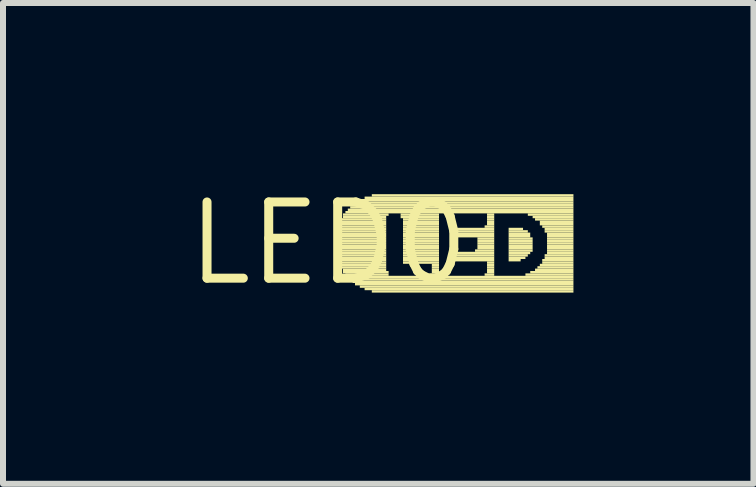
<source format=kicad_pcb>
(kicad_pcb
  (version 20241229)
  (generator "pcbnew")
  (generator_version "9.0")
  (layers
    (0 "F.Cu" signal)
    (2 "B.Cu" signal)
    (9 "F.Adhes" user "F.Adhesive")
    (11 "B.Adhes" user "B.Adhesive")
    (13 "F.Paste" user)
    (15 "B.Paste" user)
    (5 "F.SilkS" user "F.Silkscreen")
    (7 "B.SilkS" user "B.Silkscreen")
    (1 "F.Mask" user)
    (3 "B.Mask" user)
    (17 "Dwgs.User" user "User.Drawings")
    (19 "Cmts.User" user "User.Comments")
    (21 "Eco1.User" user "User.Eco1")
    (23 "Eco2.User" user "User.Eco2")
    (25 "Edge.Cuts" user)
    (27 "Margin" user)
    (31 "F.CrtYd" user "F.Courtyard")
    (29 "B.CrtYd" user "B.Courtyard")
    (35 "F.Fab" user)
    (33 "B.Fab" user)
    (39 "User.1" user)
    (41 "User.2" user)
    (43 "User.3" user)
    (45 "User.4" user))
  (footprint "LED0"
    (layer "F.Cu")
    (at 2.426 1.006)
    (property "Reference" "LED0" (at 0 0 0) (layer "F.SilkS") (effects (font (size 1.27 1.27) (thickness 0.15))))
    (fp_poly (pts (xy 0.12 -0.18) (xy 0.96 -0.18) (xy 0.96 -0.22) (xy 0.12 -0.22)) (stroke (width 0) (type default)) (fill yes) (layer "F.SilkS"))
    (fp_poly (pts (xy 0.12 -0.14) (xy 0.96 -0.14) (xy 0.96 -0.18) (xy 0.12 -0.18)) (stroke (width 0) (type default)) (fill yes) (layer "F.SilkS"))
    (fp_poly (pts (xy 0.12 -0.1) (xy 0.96 -0.1) (xy 0.96 -0.14) (xy 0.12 -0.14)) (stroke (width 0) (type default)) (fill yes) (layer "F.SilkS"))
    (fp_poly (pts (xy 0.12 -0.06) (xy 0.96 -0.06) (xy 0.96 -0.1) (xy 0.12 -0.1)) (stroke (width 0) (type default)) (fill yes) (layer "F.SilkS"))
    (fp_poly (pts (xy 0.12 -0.02) (xy 0.96 -0.02) (xy 0.96 -0.06) (xy 0.12 -0.06)) (stroke (width 0) (type default)) (fill yes) (layer "F.SilkS"))
    (fp_poly (pts (xy 0.12 0.02) (xy 0.96 0.02) (xy 0.96 -0.02) (xy 0.12 -0.02)) (stroke (width 0) (type default)) (fill yes) (layer "F.SilkS"))
    (fp_poly (pts (xy 0.12 0.06) (xy 0.96 0.06) (xy 0.96 0.02) (xy 0.12 0.02)) (stroke (width 0) (type default)) (fill yes) (layer "F.SilkS"))
    (fp_poly (pts (xy 0.12 0.1) (xy 0.96 0.1) (xy 0.96 0.06) (xy 0.12 0.06)) (stroke (width 0) (type default)) (fill yes) (layer "F.SilkS"))
    (fp_poly (pts (xy 0.12 0.14) (xy 0.96 0.14) (xy 0.96 0.1) (xy 0.12 0.1)) (stroke (width 0) (type default)) (fill yes) (layer "F.SilkS"))
    (fp_poly (pts (xy 0.12 0.18) (xy 0.96 0.18) (xy 0.96 0.14) (xy 0.12 0.14)) (stroke (width 0) (type default)) (fill yes) (layer "F.SilkS"))
    (fp_poly (pts (xy 0.12 0.22) (xy 0.96 0.22) (xy 0.96 0.18) (xy 0.12 0.18)) (stroke (width 0) (type default)) (fill yes) (layer "F.SilkS"))
    (fp_poly (pts (xy 0.16 -0.3) (xy 0.96 -0.3) (xy 0.96 -0.34) (xy 0.16 -0.34)) (stroke (width 0) (type default)) (fill yes) (layer "F.SilkS"))
    (fp_poly (pts (xy 0.16 -0.26) (xy 0.96 -0.26) (xy 0.96 -0.3) (xy 0.16 -0.3)) (stroke (width 0) (type default)) (fill yes) (layer "F.SilkS"))
    (fp_poly (pts (xy 0.16 -0.22) (xy 0.96 -0.22) (xy 0.96 -0.26) (xy 0.16 -0.26)) (stroke (width 0) (type default)) (fill yes) (layer "F.SilkS"))
    (fp_poly (pts (xy 0.16 0.26) (xy 0.96 0.26) (xy 0.96 0.22) (xy 0.16 0.22)) (stroke (width 0) (type default)) (fill yes) (layer "F.SilkS"))
    (fp_poly (pts (xy 0.16 0.3) (xy 0.96 0.3) (xy 0.96 0.26) (xy 0.16 0.26)) (stroke (width 0) (type default)) (fill yes) (layer "F.SilkS"))
    (fp_poly (pts (xy 0.16 0.34) (xy 0.96 0.34) (xy 0.96 0.3) (xy 0.16 0.3)) (stroke (width 0) (type default)) (fill yes) (layer "F.SilkS"))
    (fp_poly (pts (xy 0.2 -0.38) (xy 0.96 -0.38) (xy 0.96 -0.42) (xy 0.2 -0.42)) (stroke (width 0) (type default)) (fill yes) (layer "F.SilkS"))
    (fp_poly (pts (xy 0.2 -0.34) (xy 0.96 -0.34) (xy 0.96 -0.38) (xy 0.2 -0.38)) (stroke (width 0) (type default)) (fill yes) (layer "F.SilkS"))
    (fp_poly (pts (xy 0.2 0.38) (xy 0.96 0.38) (xy 0.96 0.34) (xy 0.2 0.34)) (stroke (width 0) (type default)) (fill yes) (layer "F.SilkS"))
    (fp_poly (pts (xy 0.2 0.42) (xy 0.96 0.42) (xy 0.96 0.38) (xy 0.2 0.38)) (stroke (width 0) (type default)) (fill yes) (layer "F.SilkS"))
    (fp_poly (pts (xy 0.24 -0.46) (xy 1 -0.46) (xy 1 -0.5) (xy 0.24 -0.5)) (stroke (width 0) (type default)) (fill yes) (layer "F.SilkS"))
    (fp_poly (pts (xy 0.24 -0.42) (xy 0.96 -0.42) (xy 0.96 -0.46) (xy 0.24 -0.46)) (stroke (width 0) (type default)) (fill yes) (layer "F.SilkS"))
    (fp_poly (pts (xy 0.24 0.46) (xy 0.96 0.46) (xy 0.96 0.42) (xy 0.24 0.42)) (stroke (width 0) (type default)) (fill yes) (layer "F.SilkS"))
    (fp_poly (pts (xy 0.24 0.5) (xy 1 0.5) (xy 1 0.46) (xy 0.24 0.46)) (stroke (width 0) (type default)) (fill yes) (layer "F.SilkS"))
    (fp_poly (pts (xy 0.28 -0.5) (xy 4.08 -0.5) (xy 4.08 -0.54) (xy 0.28 -0.54)) (stroke (width 0) (type default)) (fill yes) (layer "F.SilkS"))
    (fp_poly (pts (xy 0.28 0.54) (xy 1 0.54) (xy 1 0.5) (xy 0.28 0.5)) (stroke (width 0) (type default)) (fill yes) (layer "F.SilkS"))
    (fp_poly (pts (xy 0.32 -0.54) (xy 4.08 -0.54) (xy 4.08 -0.58) (xy 0.32 -0.58)) (stroke (width 0) (type default)) (fill yes) (layer "F.SilkS"))
    (fp_poly (pts (xy 0.32 0.58) (xy 4.08 0.58) (xy 4.08 0.54) (xy 0.32 0.54)) (stroke (width 0) (type default)) (fill yes) (layer "F.SilkS"))
    (fp_poly (pts (xy 0.36 -0.58) (xy 4.08 -0.58) (xy 4.08 -0.62) (xy 0.36 -0.62)) (stroke (width 0) (type default)) (fill yes) (layer "F.SilkS"))
    (fp_poly (pts (xy 0.36 0.62) (xy 4.08 0.62) (xy 4.08 0.58) (xy 0.36 0.58)) (stroke (width 0) (type default)) (fill yes) (layer "F.SilkS"))
    (fp_poly (pts (xy 0.4 -0.62) (xy 4.08 -0.62) (xy 4.08 -0.66) (xy 0.4 -0.66)) (stroke (width 0) (type default)) (fill yes) (layer "F.SilkS"))
    (fp_poly (pts (xy 0.4 0.66) (xy 4.08 0.66) (xy 4.08 0.62) (xy 0.4 0.62)) (stroke (width 0) (type default)) (fill yes) (layer "F.SilkS"))
    (fp_poly (pts (xy 0.44 -0.66) (xy 4.08 -0.66) (xy 4.08 -0.7) (xy 0.44 -0.7)) (stroke (width 0) (type default)) (fill yes) (layer "F.SilkS"))
    (fp_poly (pts (xy 0.44 0.7) (xy 4.08 0.7) (xy 4.08 0.66) (xy 0.44 0.66)) (stroke (width 0) (type default)) (fill yes) (layer "F.SilkS"))
    (fp_poly (pts (xy 0.52 -0.7) (xy 4.08 -0.7) (xy 4.08 -0.74) (xy 0.52 -0.74)) (stroke (width 0) (type default)) (fill yes) (layer "F.SilkS"))
    (fp_poly (pts (xy 0.52 0.74) (xy 4.08 0.74) (xy 4.08 0.7) (xy 0.52 0.7)) (stroke (width 0) (type default)) (fill yes) (layer "F.SilkS"))
    (fp_poly (pts (xy 0.6 -0.74) (xy 4.08 -0.74) (xy 4.08 -0.78) (xy 0.6 -0.78)) (stroke (width 0) (type default)) (fill yes) (layer "F.SilkS"))
    (fp_poly (pts (xy 0.6 0.78) (xy 4.08 0.78) (xy 4.08 0.74) (xy 0.6 0.74)) (stroke (width 0) (type default)) (fill yes) (layer "F.SilkS"))
    (fp_poly (pts (xy 0.72 -0.78) (xy 4.08 -0.78) (xy 4.08 -0.82) (xy 0.72 -0.82)) (stroke (width 0) (type default)) (fill yes) (layer "F.SilkS"))
    (fp_poly (pts (xy 0.72 0.82) (xy 4.08 0.82) (xy 4.08 0.78) (xy 0.72 0.78)) (stroke (width 0) (type default)) (fill yes) (layer "F.SilkS"))
    (fp_poly (pts (xy 1.2 -0.46) (xy 1.84 -0.46) (xy 1.84 -0.5) (xy 1.2 -0.5)) (stroke (width 0) (type default)) (fill yes) (layer "F.SilkS"))
    (fp_poly (pts (xy 1.2 -0.42) (xy 1.84 -0.42) (xy 1.84 -0.46) (xy 1.2 -0.46)) (stroke (width 0) (type default)) (fill yes) (layer "F.SilkS"))
    (fp_poly (pts (xy 1.24 -0.38) (xy 1.84 -0.38) (xy 1.84 -0.42) (xy 1.24 -0.42)) (stroke (width 0) (type default)) (fill yes) (layer "F.SilkS"))
    (fp_poly (pts (xy 1.24 -0.34) (xy 1.84 -0.34) (xy 1.84 -0.38) (xy 1.24 -0.38)) (stroke (width 0) (type default)) (fill yes) (layer "F.SilkS"))
    (fp_poly (pts (xy 1.24 -0.3) (xy 1.84 -0.3) (xy 1.84 -0.34) (xy 1.24 -0.34)) (stroke (width 0) (type default)) (fill yes) (layer "F.SilkS"))
    (fp_poly (pts (xy 1.24 -0.26) (xy 1.84 -0.26) (xy 1.84 -0.3) (xy 1.24 -0.3)) (stroke (width 0) (type default)) (fill yes) (layer "F.SilkS"))
    (fp_poly (pts (xy 1.24 -0.22) (xy 1.84 -0.22) (xy 1.84 -0.26) (xy 1.24 -0.26)) (stroke (width 0) (type default)) (fill yes) (layer "F.SilkS"))
    (fp_poly (pts (xy 1.24 -0.18) (xy 1.84 -0.18) (xy 1.84 -0.22) (xy 1.24 -0.22)) (stroke (width 0) (type default)) (fill yes) (layer "F.SilkS"))
    (fp_poly (pts (xy 1.24 -0.14) (xy 1.84 -0.14) (xy 1.84 -0.18) (xy 1.24 -0.18)) (stroke (width 0) (type default)) (fill yes) (layer "F.SilkS"))
    (fp_poly (pts (xy 1.24 -0.1) (xy 1.84 -0.1) (xy 1.84 -0.14) (xy 1.24 -0.14)) (stroke (width 0) (type default)) (fill yes) (layer "F.SilkS"))
    (fp_poly (pts (xy 1.24 -0.06) (xy 1.84 -0.06) (xy 1.84 -0.1) (xy 1.24 -0.1)) (stroke (width 0) (type default)) (fill yes) (layer "F.SilkS"))
    (fp_poly (pts (xy 1.24 -0.02) (xy 1.84 -0.02) (xy 1.84 -0.06) (xy 1.24 -0.06)) (stroke (width 0) (type default)) (fill yes) (layer "F.SilkS"))
    (fp_poly (pts (xy 1.24 0.02) (xy 1.84 0.02) (xy 1.84 -0.02) (xy 1.24 -0.02)) (stroke (width 0) (type default)) (fill yes) (layer "F.SilkS"))
    (fp_poly (pts (xy 1.24 0.06) (xy 1.84 0.06) (xy 1.84 0.02) (xy 1.24 0.02)) (stroke (width 0) (type default)) (fill yes) (layer "F.SilkS"))
    (fp_poly (pts (xy 1.24 0.1) (xy 1.84 0.1) (xy 1.84 0.06) (xy 1.24 0.06)) (stroke (width 0) (type default)) (fill yes) (layer "F.SilkS"))
    (fp_poly (pts (xy 1.24 0.14) (xy 1.84 0.14) (xy 1.84 0.1) (xy 1.24 0.1)) (stroke (width 0) (type default)) (fill yes) (layer "F.SilkS"))
    (fp_poly (pts (xy 1.24 0.18) (xy 1.84 0.18) (xy 1.84 0.14) (xy 1.24 0.14)) (stroke (width 0) (type default)) (fill yes) (layer "F.SilkS"))
    (fp_poly (pts (xy 1.24 0.22) (xy 1.84 0.22) (xy 1.84 0.18) (xy 1.24 0.18)) (stroke (width 0) (type default)) (fill yes) (layer "F.SilkS"))
    (fp_poly (pts (xy 1.24 0.26) (xy 1.84 0.26) (xy 1.84 0.22) (xy 1.24 0.22)) (stroke (width 0) (type default)) (fill yes) (layer "F.SilkS"))
    (fp_poly (pts (xy 1.24 0.3) (xy 1.84 0.3) (xy 1.84 0.26) (xy 1.24 0.26)) (stroke (width 0) (type default)) (fill yes) (layer "F.SilkS"))
    (fp_poly (pts (xy 1.24 0.34) (xy 1.84 0.34) (xy 1.84 0.3) (xy 1.24 0.3)) (stroke (width 0) (type default)) (fill yes) (layer "F.SilkS"))
    (fp_poly (pts (xy 1.68 0.54) (xy 1.84 0.54) (xy 1.84 0.5) (xy 1.68 0.5)) (stroke (width 0) (type default)) (fill yes) (layer "F.SilkS"))
    (fp_poly (pts (xy 1.72 0.38) (xy 1.84 0.38) (xy 1.84 0.34) (xy 1.72 0.34)) (stroke (width 0) (type default)) (fill yes) (layer "F.SilkS"))
    (fp_poly (pts (xy 1.72 0.42) (xy 1.84 0.42) (xy 1.84 0.38) (xy 1.72 0.38)) (stroke (width 0) (type default)) (fill yes) (layer "F.SilkS"))
    (fp_poly (pts (xy 1.72 0.46) (xy 1.84 0.46) (xy 1.84 0.42) (xy 1.72 0.42)) (stroke (width 0) (type default)) (fill yes) (layer "F.SilkS"))
    (fp_poly (pts (xy 1.72 0.5) (xy 1.84 0.5) (xy 1.84 0.46) (xy 1.72 0.46)) (stroke (width 0) (type default)) (fill yes) (layer "F.SilkS"))
    (fp_poly (pts (xy 2.08 -0.22) (xy 2.76 -0.22) (xy 2.76 -0.26) (xy 2.08 -0.26)) (stroke (width 0) (type default)) (fill yes) (layer "F.SilkS"))
    (fp_poly (pts (xy 2.08 -0.18) (xy 2.76 -0.18) (xy 2.76 -0.22) (xy 2.08 -0.22)) (stroke (width 0) (type default)) (fill yes) (layer "F.SilkS"))
    (fp_poly (pts (xy 2.08 -0.14) (xy 2.76 -0.14) (xy 2.76 -0.18) (xy 2.08 -0.18)) (stroke (width 0) (type default)) (fill yes) (layer "F.SilkS"))
    (fp_poly (pts (xy 2.08 -0.1) (xy 2.76 -0.1) (xy 2.76 -0.14) (xy 2.08 -0.14)) (stroke (width 0) (type default)) (fill yes) (layer "F.SilkS"))
    (fp_poly (pts (xy 2.08 0.18) (xy 2.76 0.18) (xy 2.76 0.14) (xy 2.08 0.14)) (stroke (width 0) (type default)) (fill yes) (layer "F.SilkS"))
    (fp_poly (pts (xy 2.08 0.22) (xy 2.76 0.22) (xy 2.76 0.18) (xy 2.08 0.18)) (stroke (width 0) (type default)) (fill yes) (layer "F.SilkS"))
    (fp_poly (pts (xy 2.08 0.26) (xy 2.76 0.26) (xy 2.76 0.22) (xy 2.08 0.22)) (stroke (width 0) (type default)) (fill yes) (layer "F.SilkS"))
    (fp_poly (pts (xy 2.08 0.3) (xy 2.76 0.3) (xy 2.76 0.26) (xy 2.08 0.26)) (stroke (width 0) (type default)) (fill yes) (layer "F.SilkS"))
    (fp_poly (pts (xy 2.44 0.14) (xy 2.76 0.14) (xy 2.76 0.1) (xy 2.44 0.1)) (stroke (width 0) (type default)) (fill yes) (layer "F.SilkS"))
    (fp_poly (pts (xy 2.48 -0.06) (xy 2.76 -0.06) (xy 2.76 -0.1) (xy 2.48 -0.1)) (stroke (width 0) (type default)) (fill yes) (layer "F.SilkS"))
    (fp_poly (pts (xy 2.48 -0.02) (xy 2.76 -0.02) (xy 2.76 -0.06) (xy 2.48 -0.06)) (stroke (width 0) (type default)) (fill yes) (layer "F.SilkS"))
    (fp_poly (pts (xy 2.48 0.02) (xy 2.76 0.02) (xy 2.76 -0.02) (xy 2.48 -0.02)) (stroke (width 0) (type default)) (fill yes) (layer "F.SilkS"))
    (fp_poly (pts (xy 2.48 0.06) (xy 2.76 0.06) (xy 2.76 0.02) (xy 2.48 0.02)) (stroke (width 0) (type default)) (fill yes) (layer "F.SilkS"))
    (fp_poly (pts (xy 2.48 0.1) (xy 2.76 0.1) (xy 2.76 0.06) (xy 2.48 0.06)) (stroke (width 0) (type default)) (fill yes) (layer "F.SilkS"))
    (fp_poly (pts (xy 2.6 -0.26) (xy 2.76 -0.26) (xy 2.76 -0.3) (xy 2.6 -0.3)) (stroke (width 0) (type default)) (fill yes) (layer "F.SilkS"))
    (fp_poly (pts (xy 2.6 0.54) (xy 2.76 0.54) (xy 2.76 0.5) (xy 2.6 0.5)) (stroke (width 0) (type default)) (fill yes) (layer "F.SilkS"))
    (fp_poly (pts (xy 2.64 -0.46) (xy 2.76 -0.46) (xy 2.76 -0.5) (xy 2.64 -0.5)) (stroke (width 0) (type default)) (fill yes) (layer "F.SilkS"))
    (fp_poly (pts (xy 2.64 -0.42) (xy 2.76 -0.42) (xy 2.76 -0.46) (xy 2.64 -0.46)) (stroke (width 0) (type default)) (fill yes) (layer "F.SilkS"))
    (fp_poly (pts (xy 2.64 -0.38) (xy 2.76 -0.38) (xy 2.76 -0.42) (xy 2.64 -0.42)) (stroke (width 0) (type default)) (fill yes) (layer "F.SilkS"))
    (fp_poly (pts (xy 2.64 -0.34) (xy 2.76 -0.34) (xy 2.76 -0.38) (xy 2.64 -0.38)) (stroke (width 0) (type default)) (fill yes) (layer "F.SilkS"))
    (fp_poly (pts (xy 2.64 -0.3) (xy 2.76 -0.3) (xy 2.76 -0.34) (xy 2.64 -0.34)) (stroke (width 0) (type default)) (fill yes) (layer "F.SilkS"))
    (fp_poly (pts (xy 2.64 0.34) (xy 2.76 0.34) (xy 2.76 0.3) (xy 2.64 0.3)) (stroke (width 0) (type default)) (fill yes) (layer "F.SilkS"))
    (fp_poly (pts (xy 2.64 0.38) (xy 2.76 0.38) (xy 2.76 0.34) (xy 2.64 0.34)) (stroke (width 0) (type default)) (fill yes) (layer "F.SilkS"))
    (fp_poly (pts (xy 2.64 0.42) (xy 2.76 0.42) (xy 2.76 0.38) (xy 2.64 0.38)) (stroke (width 0) (type default)) (fill yes) (layer "F.SilkS"))
    (fp_poly (pts (xy 2.64 0.46) (xy 2.76 0.46) (xy 2.76 0.42) (xy 2.64 0.42)) (stroke (width 0) (type default)) (fill yes) (layer "F.SilkS"))
    (fp_poly (pts (xy 2.64 0.5) (xy 2.76 0.5) (xy 2.76 0.46) (xy 2.64 0.46)) (stroke (width 0) (type default)) (fill yes) (layer "F.SilkS"))
    (fp_poly (pts (xy 3 -0.22) (xy 3.24 -0.22) (xy 3.24 -0.26) (xy 3 -0.26)) (stroke (width 0) (type default)) (fill yes) (layer "F.SilkS"))
    (fp_poly (pts (xy 3 -0.18) (xy 3.32 -0.18) (xy 3.32 -0.22) (xy 3 -0.22)) (stroke (width 0) (type default)) (fill yes) (layer "F.SilkS"))
    (fp_poly (pts (xy 3 -0.14) (xy 3.36 -0.14) (xy 3.36 -0.18) (xy 3 -0.18)) (stroke (width 0) (type default)) (fill yes) (layer "F.SilkS"))
    (fp_poly (pts (xy 3 -0.1) (xy 3.36 -0.1) (xy 3.36 -0.14) (xy 3 -0.14)) (stroke (width 0) (type default)) (fill yes) (layer "F.SilkS"))
    (fp_poly (pts (xy 3 -0.06) (xy 3.4 -0.06) (xy 3.4 -0.1) (xy 3 -0.1)) (stroke (width 0) (type default)) (fill yes) (layer "F.SilkS"))
    (fp_poly (pts (xy 3 -0.02) (xy 3.4 -0.02) (xy 3.4 -0.06) (xy 3 -0.06)) (stroke (width 0) (type default)) (fill yes) (layer "F.SilkS"))
    (fp_poly (pts (xy 3 0.02) (xy 3.4 0.02) (xy 3.4 -0.02) (xy 3 -0.02)) (stroke (width 0) (type default)) (fill yes) (layer "F.SilkS"))
    (fp_poly (pts (xy 3 0.06) (xy 3.4 0.06) (xy 3.4 0.02) (xy 3 0.02)) (stroke (width 0) (type default)) (fill yes) (layer "F.SilkS"))
    (fp_poly (pts (xy 3 0.1) (xy 3.4 0.1) (xy 3.4 0.06) (xy 3 0.06)) (stroke (width 0) (type default)) (fill yes) (layer "F.SilkS"))
    (fp_poly (pts (xy 3 0.14) (xy 3.4 0.14) (xy 3.4 0.1) (xy 3 0.1)) (stroke (width 0) (type default)) (fill yes) (layer "F.SilkS"))
    (fp_poly (pts (xy 3 0.18) (xy 3.36 0.18) (xy 3.36 0.14) (xy 3 0.14)) (stroke (width 0) (type default)) (fill yes) (layer "F.SilkS"))
    (fp_poly (pts (xy 3 0.22) (xy 3.32 0.22) (xy 3.32 0.18) (xy 3 0.18)) (stroke (width 0) (type default)) (fill yes) (layer "F.SilkS"))
    (fp_poly (pts (xy 3 0.26) (xy 3.28 0.26) (xy 3.28 0.22) (xy 3 0.22)) (stroke (width 0) (type default)) (fill yes) (layer "F.SilkS"))
    (fp_poly (pts (xy 3 0.3) (xy 3.2 0.3) (xy 3.2 0.26) (xy 3 0.26)) (stroke (width 0) (type default)) (fill yes) (layer "F.SilkS"))
    (fp_poly (pts (xy 3.28 0.54) (xy 4.08 0.54) (xy 4.08 0.5) (xy 3.28 0.5)) (stroke (width 0) (type default)) (fill yes) (layer "F.SilkS"))
    (fp_poly (pts (xy 3.32 -0.46) (xy 4.08 -0.46) (xy 4.08 -0.5) (xy 3.32 -0.5)) (stroke (width 0) (type default)) (fill yes) (layer "F.SilkS"))
    (fp_poly (pts (xy 3.36 0.5) (xy 4.08 0.5) (xy 4.08 0.46) (xy 3.36 0.46)) (stroke (width 0) (type default)) (fill yes) (layer "F.SilkS"))
    (fp_poly (pts (xy 3.4 -0.42) (xy 4.08 -0.42) (xy 4.08 -0.46) (xy 3.4 -0.46)) (stroke (width 0) (type default)) (fill yes) (layer "F.SilkS"))
    (fp_poly (pts (xy 3.44 -0.38) (xy 4.08 -0.38) (xy 4.08 -0.42) (xy 3.44 -0.42)) (stroke (width 0) (type default)) (fill yes) (layer "F.SilkS"))
    (fp_poly (pts (xy 3.44 0.46) (xy 4.08 0.46) (xy 4.08 0.42) (xy 3.44 0.42)) (stroke (width 0) (type default)) (fill yes) (layer "F.SilkS"))
    (fp_poly (pts (xy 3.48 0.42) (xy 4.08 0.42) (xy 4.08 0.38) (xy 3.48 0.38)) (stroke (width 0) (type default)) (fill yes) (layer "F.SilkS"))
    (fp_poly (pts (xy 3.52 -0.34) (xy 4.08 -0.34) (xy 4.08 -0.38) (xy 3.52 -0.38)) (stroke (width 0) (type default)) (fill yes) (layer "F.SilkS"))
    (fp_poly (pts (xy 3.52 -0.3) (xy 4.08 -0.3) (xy 4.08 -0.34) (xy 3.52 -0.34)) (stroke (width 0) (type default)) (fill yes) (layer "F.SilkS"))
    (fp_poly (pts (xy 3.52 0.38) (xy 4.08 0.38) (xy 4.08 0.34) (xy 3.52 0.34)) (stroke (width 0) (type default)) (fill yes) (layer "F.SilkS"))
    (fp_poly (pts (xy 3.56 -0.26) (xy 4.08 -0.26) (xy 4.08 -0.3) (xy 3.56 -0.3)) (stroke (width 0) (type default)) (fill yes) (layer "F.SilkS"))
    (fp_poly (pts (xy 3.56 0.3) (xy 4.08 0.3) (xy 4.08 0.26) (xy 3.56 0.26)) (stroke (width 0) (type default)) (fill yes) (layer "F.SilkS"))
    (fp_poly (pts (xy 3.56 0.34) (xy 4.08 0.34) (xy 4.08 0.3) (xy 3.56 0.3)) (stroke (width 0) (type default)) (fill yes) (layer "F.SilkS"))
    (fp_poly (pts (xy 3.6 -0.22) (xy 4.08 -0.22) (xy 4.08 -0.26) (xy 3.6 -0.26)) (stroke (width 0) (type default)) (fill yes) (layer "F.SilkS"))
    (fp_poly (pts (xy 3.6 -0.18) (xy 4.08 -0.18) (xy 4.08 -0.22) (xy 3.6 -0.22)) (stroke (width 0) (type default)) (fill yes) (layer "F.SilkS"))
    (fp_poly (pts (xy 3.6 0.22) (xy 4.08 0.22) (xy 4.08 0.18) (xy 3.6 0.18)) (stroke (width 0) (type default)) (fill yes) (layer "F.SilkS"))
    (fp_poly (pts (xy 3.6 0.26) (xy 4.08 0.26) (xy 4.08 0.22) (xy 3.6 0.22)) (stroke (width 0) (type default)) (fill yes) (layer "F.SilkS"))
    (fp_poly (pts (xy 3.64 -0.14) (xy 4.08 -0.14) (xy 4.08 -0.18) (xy 3.64 -0.18)) (stroke (width 0) (type default)) (fill yes) (layer "F.SilkS"))
    (fp_poly (pts (xy 3.64 -0.1) (xy 4.08 -0.1) (xy 4.08 -0.14) (xy 3.64 -0.14)) (stroke (width 0) (type default)) (fill yes) (layer "F.SilkS"))
    (fp_poly (pts (xy 3.64 -0.06) (xy 4.08 -0.06) (xy 4.08 -0.1) (xy 3.64 -0.1)) (stroke (width 0) (type default)) (fill yes) (layer "F.SilkS"))
    (fp_poly (pts (xy 3.64 -0.02) (xy 4.08 -0.02) (xy 4.08 -0.06) (xy 3.64 -0.06)) (stroke (width 0) (type default)) (fill yes) (layer "F.SilkS"))
    (fp_poly (pts (xy 3.64 0.02) (xy 4.08 0.02) (xy 4.08 -0.02) (xy 3.64 -0.02)) (stroke (width 0) (type default)) (fill yes) (layer "F.SilkS"))
    (fp_poly (pts (xy 3.64 0.06) (xy 4.08 0.06) (xy 4.08 0.02) (xy 3.64 0.02)) (stroke (width 0) (type default)) (fill yes) (layer "F.SilkS"))
    (fp_poly (pts (xy 3.64 0.1) (xy 4.08 0.1) (xy 4.08 0.06) (xy 3.64 0.06)) (stroke (width 0) (type default)) (fill yes) (layer "F.SilkS"))
    (fp_poly (pts (xy 3.64 0.14) (xy 4.08 0.14) (xy 4.08 0.1) (xy 3.64 0.1)) (stroke (width 0) (type default)) (fill yes) (layer "F.SilkS"))
    (fp_poly (pts (xy 3.64 0.18) (xy 4.08 0.18) (xy 4.08 0.14) (xy 3.64 0.14)) (stroke (width 0) (type default)) (fill yes) (layer "F.SilkS")))
  (gr_rect
    (start -3 -3)
    (end 9.506 5.012)
    (stroke (width 0.1) (type default))
    (fill no)
    (layer "Edge.Cuts")))
</source>
